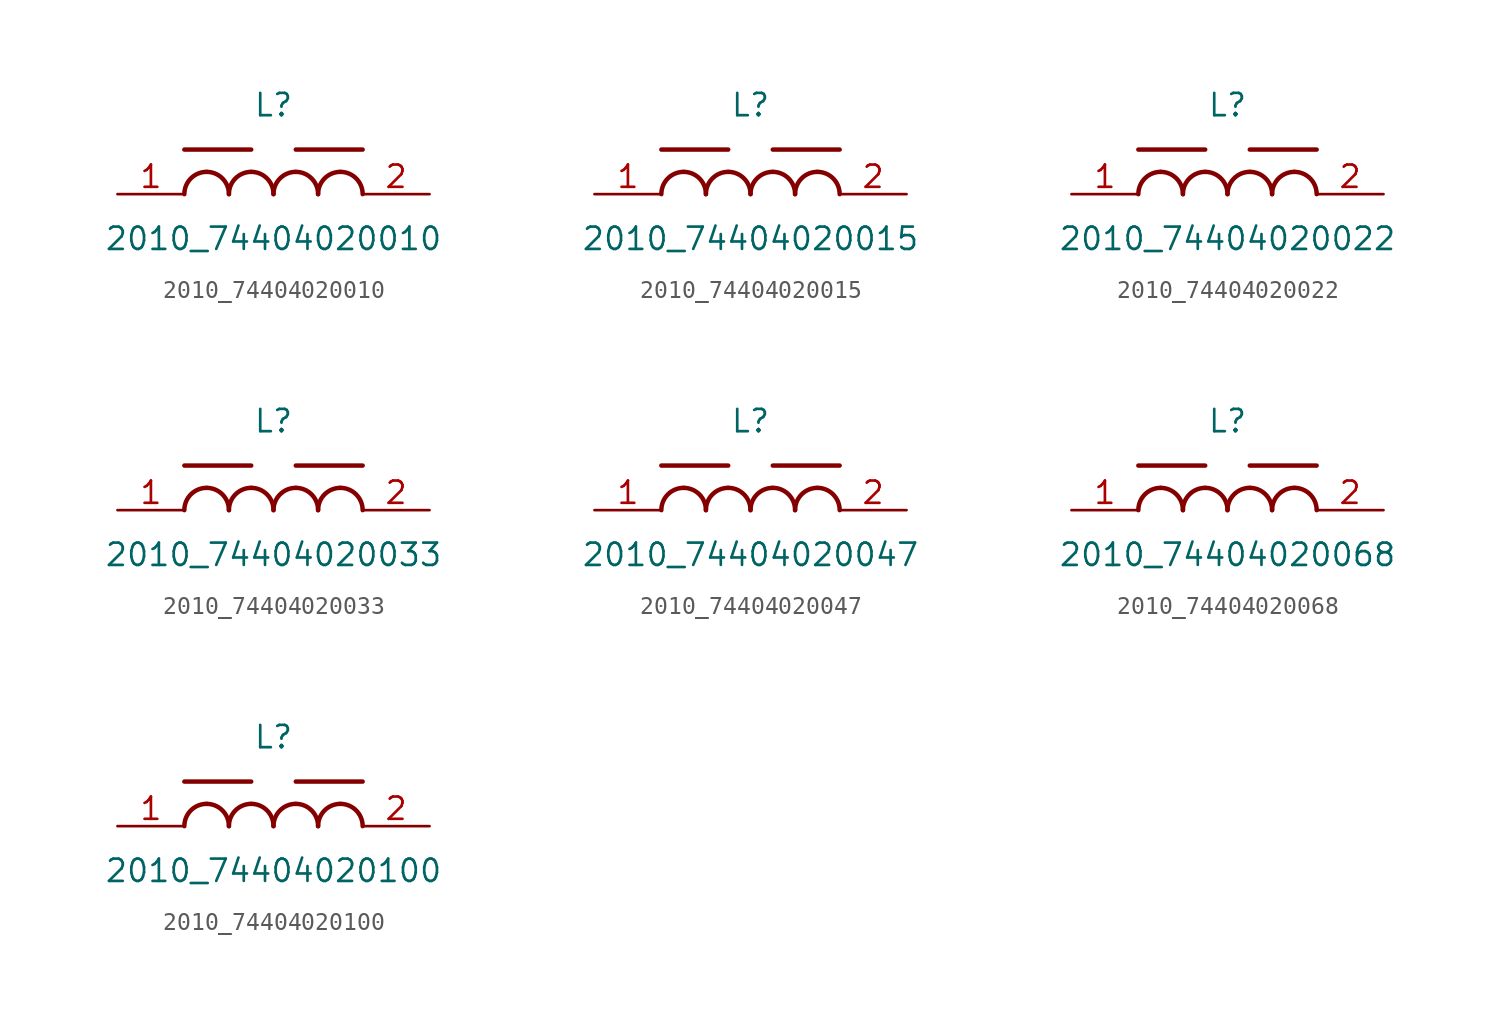
<source format=kicad_sym>
(kicad_symbol_lib
  (version 20211014)
  (generator kicad_symbol_editor)
  (symbol "Inductor_Wurth_WE-LQS:2010_74404020010"
    (pin_names hide)
    (property "Reference" "L"
      (at 0 5.08 0)
      (effects (font (size 1.27 1.27))))
    (property "Value" "2010_74404020010"
      (at 0 -2.54 0)
      (effects (font (size 1.27 1.27))))
    (symbol "2010_74404020010_0_1"
      (arc (start -3.81 1.27) (mid -4.708 0.898) (end -5.08 0) (stroke (width 0.254) (type default) (color 0 0 0 0)) (fill (type none)))
      (arc (start -2.54 0) (mid -2.912 0.898) (end -3.81 1.27) (stroke (width 0.254) (type default) (color 0 0 0 0)) (fill (type none)))
      (arc (start -1.2699 1.2701) (mid -2.1679 0.8981) (end -2.5399 0.0001) (stroke (width 0.254) (type default) (color 0 0 0 0)) (fill (type none)))
      (polyline (pts (xy -5.08 2.54) (xy -1.27 2.54)) (stroke (width 0.254) (type default) (color 0 0 0 0)) (fill (type none)))
      (polyline (pts (xy 5.08 2.54) (xy 1.27 2.54)) (stroke (width 0.254) (type default) (color 0 0 0 0)) (fill (type none)))
      (arc (start 0.0001 0.0001) (mid -0.3719 0.8981) (end -1.2699 1.2701) (stroke (width 0.254) (type default) (color 0 0 0 0)) (fill (type none)))
      (arc (start 1.2701 1.2701) (mid 0.3721 0.8981) (end 0.0001 0.0001) (stroke (width 0.254) (type default) (color 0 0 0 0)) (fill (type none)))
      (arc (start 2.5401 0.0001) (mid 2.1681 0.8981) (end 1.2701 1.2701) (stroke (width 0.254) (type default) (color 0 0 0 0)) (fill (type none)))
      (arc (start 3.8101 1.2701) (mid 2.9121 0.8981) (end 2.5401 0.0001) (stroke (width 0.254) (type default) (color 0 0 0 0)) (fill (type none)))
      (arc (start 5.0801 0.0001) (mid 4.7081 0.8981) (end 3.8101 1.2701) (stroke (width 0.254) (type default) (color 0 0 0 0)) (fill (type none))))
    (symbol "2010_74404020010_1_1"
      (pin passive line (at -8.89 0 0) (length 3.81) (name "1" (effects (font (size 1.27 1.27)))) (number "1" (effects (font (size 1.27 1.27)))))
      (pin passive line (at 8.89 0 180) (length 3.81) (name "2" (effects (font (size 1.27 1.27)))) (number "2" (effects (font (size 1.27 1.27)))))))
  (symbol "Inductor_Wurth_WE-LQS:2010_74404020015"
    (pin_names hide)
    (property "Reference" "L"
      (at 0 5.08 0)
      (effects (font (size 1.27 1.27))))
    (property "Value" "2010_74404020015"
      (at 0 -2.54 0)
      (effects (font (size 1.27 1.27))))
    (symbol "2010_74404020015_0_1"
      (arc (start -3.81 1.27) (mid -4.708 0.898) (end -5.08 0) (stroke (width 0.254) (type default) (color 0 0 0 0)) (fill (type none)))
      (arc (start -2.54 0) (mid -2.912 0.898) (end -3.81 1.27) (stroke (width 0.254) (type default) (color 0 0 0 0)) (fill (type none)))
      (arc (start -1.2699 1.2701) (mid -2.1679 0.8981) (end -2.5399 0.0001) (stroke (width 0.254) (type default) (color 0 0 0 0)) (fill (type none)))
      (polyline (pts (xy -5.08 2.54) (xy -1.27 2.54)) (stroke (width 0.254) (type default) (color 0 0 0 0)) (fill (type none)))
      (polyline (pts (xy 5.08 2.54) (xy 1.27 2.54)) (stroke (width 0.254) (type default) (color 0 0 0 0)) (fill (type none)))
      (arc (start 0.0001 0.0001) (mid -0.3719 0.8981) (end -1.2699 1.2701) (stroke (width 0.254) (type default) (color 0 0 0 0)) (fill (type none)))
      (arc (start 1.2701 1.2701) (mid 0.3721 0.8981) (end 0.0001 0.0001) (stroke (width 0.254) (type default) (color 0 0 0 0)) (fill (type none)))
      (arc (start 2.5401 0.0001) (mid 2.1681 0.8981) (end 1.2701 1.2701) (stroke (width 0.254) (type default) (color 0 0 0 0)) (fill (type none)))
      (arc (start 3.8101 1.2701) (mid 2.9121 0.8981) (end 2.5401 0.0001) (stroke (width 0.254) (type default) (color 0 0 0 0)) (fill (type none)))
      (arc (start 5.0801 0.0001) (mid 4.7081 0.8981) (end 3.8101 1.2701) (stroke (width 0.254) (type default) (color 0 0 0 0)) (fill (type none))))
    (symbol "2010_74404020015_1_1"
      (pin passive line (at -8.89 0 0) (length 3.81) (name "1" (effects (font (size 1.27 1.27)))) (number "1" (effects (font (size 1.27 1.27)))))
      (pin passive line (at 8.89 0 180) (length 3.81) (name "2" (effects (font (size 1.27 1.27)))) (number "2" (effects (font (size 1.27 1.27)))))))
  (symbol "Inductor_Wurth_WE-LQS:2010_74404020022"
    (pin_names hide)
    (property "Reference" "L"
      (at 0 5.08 0)
      (effects (font (size 1.27 1.27))))
    (property "Value" "2010_74404020022"
      (at 0 -2.54 0)
      (effects (font (size 1.27 1.27))))
    (symbol "2010_74404020022_0_1"
      (arc (start -3.81 1.27) (mid -4.708 0.898) (end -5.08 0) (stroke (width 0.254) (type default) (color 0 0 0 0)) (fill (type none)))
      (arc (start -2.54 0) (mid -2.912 0.898) (end -3.81 1.27) (stroke (width 0.254) (type default) (color 0 0 0 0)) (fill (type none)))
      (arc (start -1.2699 1.2701) (mid -2.1679 0.8981) (end -2.5399 0.0001) (stroke (width 0.254) (type default) (color 0 0 0 0)) (fill (type none)))
      (polyline (pts (xy -5.08 2.54) (xy -1.27 2.54)) (stroke (width 0.254) (type default) (color 0 0 0 0)) (fill (type none)))
      (polyline (pts (xy 5.08 2.54) (xy 1.27 2.54)) (stroke (width 0.254) (type default) (color 0 0 0 0)) (fill (type none)))
      (arc (start 0.0001 0.0001) (mid -0.3719 0.8981) (end -1.2699 1.2701) (stroke (width 0.254) (type default) (color 0 0 0 0)) (fill (type none)))
      (arc (start 1.2701 1.2701) (mid 0.3721 0.8981) (end 0.0001 0.0001) (stroke (width 0.254) (type default) (color 0 0 0 0)) (fill (type none)))
      (arc (start 2.5401 0.0001) (mid 2.1681 0.8981) (end 1.2701 1.2701) (stroke (width 0.254) (type default) (color 0 0 0 0)) (fill (type none)))
      (arc (start 3.8101 1.2701) (mid 2.9121 0.8981) (end 2.5401 0.0001) (stroke (width 0.254) (type default) (color 0 0 0 0)) (fill (type none)))
      (arc (start 5.0801 0.0001) (mid 4.7081 0.8981) (end 3.8101 1.2701) (stroke (width 0.254) (type default) (color 0 0 0 0)) (fill (type none))))
    (symbol "2010_74404020022_1_1"
      (pin passive line (at -8.89 0 0) (length 3.81) (name "1" (effects (font (size 1.27 1.27)))) (number "1" (effects (font (size 1.27 1.27)))))
      (pin passive line (at 8.89 0 180) (length 3.81) (name "2" (effects (font (size 1.27 1.27)))) (number "2" (effects (font (size 1.27 1.27)))))))
  (symbol "Inductor_Wurth_WE-LQS:2010_74404020033"
    (pin_names hide)
    (property "Reference" "L"
      (at 0 5.08 0)
      (effects (font (size 1.27 1.27))))
    (property "Value" "2010_74404020033"
      (at 0 -2.54 0)
      (effects (font (size 1.27 1.27))))
    (symbol "2010_74404020033_0_1"
      (arc (start -3.81 1.27) (mid -4.708 0.898) (end -5.08 0) (stroke (width 0.254) (type default) (color 0 0 0 0)) (fill (type none)))
      (arc (start -2.54 0) (mid -2.912 0.898) (end -3.81 1.27) (stroke (width 0.254) (type default) (color 0 0 0 0)) (fill (type none)))
      (arc (start -1.2699 1.2701) (mid -2.1679 0.8981) (end -2.5399 0.0001) (stroke (width 0.254) (type default) (color 0 0 0 0)) (fill (type none)))
      (polyline (pts (xy -5.08 2.54) (xy -1.27 2.54)) (stroke (width 0.254) (type default) (color 0 0 0 0)) (fill (type none)))
      (polyline (pts (xy 5.08 2.54) (xy 1.27 2.54)) (stroke (width 0.254) (type default) (color 0 0 0 0)) (fill (type none)))
      (arc (start 0.0001 0.0001) (mid -0.3719 0.8981) (end -1.2699 1.2701) (stroke (width 0.254) (type default) (color 0 0 0 0)) (fill (type none)))
      (arc (start 1.2701 1.2701) (mid 0.3721 0.8981) (end 0.0001 0.0001) (stroke (width 0.254) (type default) (color 0 0 0 0)) (fill (type none)))
      (arc (start 2.5401 0.0001) (mid 2.1681 0.8981) (end 1.2701 1.2701) (stroke (width 0.254) (type default) (color 0 0 0 0)) (fill (type none)))
      (arc (start 3.8101 1.2701) (mid 2.9121 0.8981) (end 2.5401 0.0001) (stroke (width 0.254) (type default) (color 0 0 0 0)) (fill (type none)))
      (arc (start 5.0801 0.0001) (mid 4.7081 0.8981) (end 3.8101 1.2701) (stroke (width 0.254) (type default) (color 0 0 0 0)) (fill (type none))))
    (symbol "2010_74404020033_1_1"
      (pin passive line (at -8.89 0 0) (length 3.81) (name "1" (effects (font (size 1.27 1.27)))) (number "1" (effects (font (size 1.27 1.27)))))
      (pin passive line (at 8.89 0 180) (length 3.81) (name "2" (effects (font (size 1.27 1.27)))) (number "2" (effects (font (size 1.27 1.27)))))))
  (symbol "Inductor_Wurth_WE-LQS:2010_74404020047"
    (pin_names hide)
    (property "Reference" "L"
      (at 0 5.08 0)
      (effects (font (size 1.27 1.27))))
    (property "Value" "2010_74404020047"
      (at 0 -2.54 0)
      (effects (font (size 1.27 1.27))))
    (symbol "2010_74404020047_0_1"
      (arc (start -3.81 1.27) (mid -4.708 0.898) (end -5.08 0) (stroke (width 0.254) (type default) (color 0 0 0 0)) (fill (type none)))
      (arc (start -2.54 0) (mid -2.912 0.898) (end -3.81 1.27) (stroke (width 0.254) (type default) (color 0 0 0 0)) (fill (type none)))
      (arc (start -1.2699 1.2701) (mid -2.1679 0.8981) (end -2.5399 0.0001) (stroke (width 0.254) (type default) (color 0 0 0 0)) (fill (type none)))
      (polyline (pts (xy -5.08 2.54) (xy -1.27 2.54)) (stroke (width 0.254) (type default) (color 0 0 0 0)) (fill (type none)))
      (polyline (pts (xy 5.08 2.54) (xy 1.27 2.54)) (stroke (width 0.254) (type default) (color 0 0 0 0)) (fill (type none)))
      (arc (start 0.0001 0.0001) (mid -0.3719 0.8981) (end -1.2699 1.2701) (stroke (width 0.254) (type default) (color 0 0 0 0)) (fill (type none)))
      (arc (start 1.2701 1.2701) (mid 0.3721 0.8981) (end 0.0001 0.0001) (stroke (width 0.254) (type default) (color 0 0 0 0)) (fill (type none)))
      (arc (start 2.5401 0.0001) (mid 2.1681 0.8981) (end 1.2701 1.2701) (stroke (width 0.254) (type default) (color 0 0 0 0)) (fill (type none)))
      (arc (start 3.8101 1.2701) (mid 2.9121 0.8981) (end 2.5401 0.0001) (stroke (width 0.254) (type default) (color 0 0 0 0)) (fill (type none)))
      (arc (start 5.0801 0.0001) (mid 4.7081 0.8981) (end 3.8101 1.2701) (stroke (width 0.254) (type default) (color 0 0 0 0)) (fill (type none))))
    (symbol "2010_74404020047_1_1"
      (pin passive line (at -8.89 0 0) (length 3.81) (name "1" (effects (font (size 1.27 1.27)))) (number "1" (effects (font (size 1.27 1.27)))))
      (pin passive line (at 8.89 0 180) (length 3.81) (name "2" (effects (font (size 1.27 1.27)))) (number "2" (effects (font (size 1.27 1.27)))))))
  (symbol "Inductor_Wurth_WE-LQS:2010_74404020068"
    (pin_names hide)
    (property "Reference" "L"
      (at 0 5.08 0)
      (effects (font (size 1.27 1.27))))
    (property "Value" "2010_74404020068"
      (at 0 -2.54 0)
      (effects (font (size 1.27 1.27))))
    (symbol "2010_74404020068_0_1"
      (arc (start -3.81 1.27) (mid -4.708 0.898) (end -5.08 0) (stroke (width 0.254) (type default) (color 0 0 0 0)) (fill (type none)))
      (arc (start -2.54 0) (mid -2.912 0.898) (end -3.81 1.27) (stroke (width 0.254) (type default) (color 0 0 0 0)) (fill (type none)))
      (arc (start -1.2699 1.2701) (mid -2.1679 0.8981) (end -2.5399 0.0001) (stroke (width 0.254) (type default) (color 0 0 0 0)) (fill (type none)))
      (polyline (pts (xy -5.08 2.54) (xy -1.27 2.54)) (stroke (width 0.254) (type default) (color 0 0 0 0)) (fill (type none)))
      (polyline (pts (xy 5.08 2.54) (xy 1.27 2.54)) (stroke (width 0.254) (type default) (color 0 0 0 0)) (fill (type none)))
      (arc (start 0.0001 0.0001) (mid -0.3719 0.8981) (end -1.2699 1.2701) (stroke (width 0.254) (type default) (color 0 0 0 0)) (fill (type none)))
      (arc (start 1.2701 1.2701) (mid 0.3721 0.8981) (end 0.0001 0.0001) (stroke (width 0.254) (type default) (color 0 0 0 0)) (fill (type none)))
      (arc (start 2.5401 0.0001) (mid 2.1681 0.8981) (end 1.2701 1.2701) (stroke (width 0.254) (type default) (color 0 0 0 0)) (fill (type none)))
      (arc (start 3.8101 1.2701) (mid 2.9121 0.8981) (end 2.5401 0.0001) (stroke (width 0.254) (type default) (color 0 0 0 0)) (fill (type none)))
      (arc (start 5.0801 0.0001) (mid 4.7081 0.8981) (end 3.8101 1.2701) (stroke (width 0.254) (type default) (color 0 0 0 0)) (fill (type none))))
    (symbol "2010_74404020068_1_1"
      (pin passive line (at -8.89 0 0) (length 3.81) (name "1" (effects (font (size 1.27 1.27)))) (number "1" (effects (font (size 1.27 1.27)))))
      (pin passive line (at 8.89 0 180) (length 3.81) (name "2" (effects (font (size 1.27 1.27)))) (number "2" (effects (font (size 1.27 1.27)))))))
  (symbol "Inductor_Wurth_WE-LQS:2010_74404020100"
    (pin_names hide)
    (property "Reference" "L"
      (at 0 5.08 0)
      (effects (font (size 1.27 1.27))))
    (property "Value" "2010_74404020100"
      (at 0 -2.54 0)
      (effects (font (size 1.27 1.27))))
    (symbol "2010_74404020100_0_1"
      (arc (start -3.81 1.27) (mid -4.708 0.898) (end -5.08 0) (stroke (width 0.254) (type default) (color 0 0 0 0)) (fill (type none)))
      (arc (start -2.54 0) (mid -2.912 0.898) (end -3.81 1.27) (stroke (width 0.254) (type default) (color 0 0 0 0)) (fill (type none)))
      (arc (start -1.2699 1.2701) (mid -2.1679 0.8981) (end -2.5399 0.0001) (stroke (width 0.254) (type default) (color 0 0 0 0)) (fill (type none)))
      (polyline (pts (xy -5.08 2.54) (xy -1.27 2.54)) (stroke (width 0.254) (type default) (color 0 0 0 0)) (fill (type none)))
      (polyline (pts (xy 5.08 2.54) (xy 1.27 2.54)) (stroke (width 0.254) (type default) (color 0 0 0 0)) (fill (type none)))
      (arc (start 0.0001 0.0001) (mid -0.3719 0.8981) (end -1.2699 1.2701) (stroke (width 0.254) (type default) (color 0 0 0 0)) (fill (type none)))
      (arc (start 1.2701 1.2701) (mid 0.3721 0.8981) (end 0.0001 0.0001) (stroke (width 0.254) (type default) (color 0 0 0 0)) (fill (type none)))
      (arc (start 2.5401 0.0001) (mid 2.1681 0.8981) (end 1.2701 1.2701) (stroke (width 0.254) (type default) (color 0 0 0 0)) (fill (type none)))
      (arc (start 3.8101 1.2701) (mid 2.9121 0.8981) (end 2.5401 0.0001) (stroke (width 0.254) (type default) (color 0 0 0 0)) (fill (type none)))
      (arc (start 5.0801 0.0001) (mid 4.7081 0.8981) (end 3.8101 1.2701) (stroke (width 0.254) (type default) (color 0 0 0 0)) (fill (type none))))
    (symbol "2010_74404020100_1_1"
      (pin passive line (at -8.89 0 0) (length 3.81) (name "1" (effects (font (size 1.27 1.27)))) (number "1" (effects (font (size 1.27 1.27)))))
      (pin passive line (at 8.89 0 180) (length 3.81) (name "2" (effects (font (size 1.27 1.27)))) (number "2" (effects (font (size 1.27 1.27))))))))
</source>
